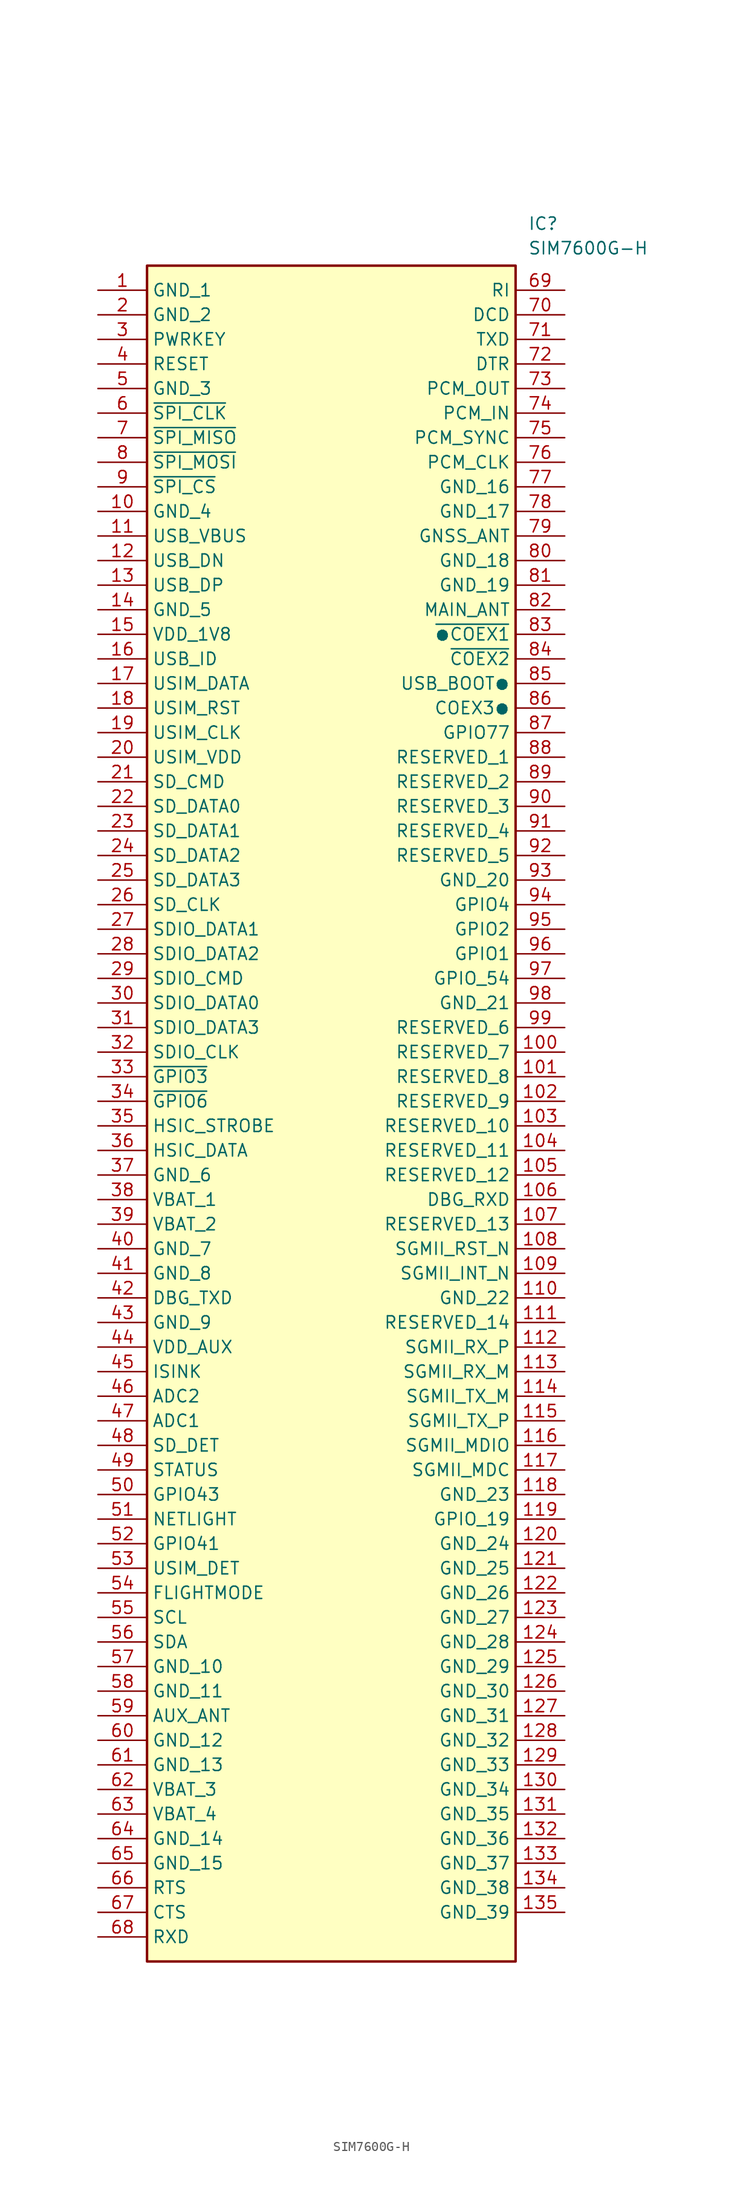
<source format=kicad_sym>
(kicad_symbol_lib
  (version 20211014)
  (generator SamacSys_ECAD_Model)
  (symbol "SIM7600G-H"
    (property "Reference" "IC"
      (at 44.45 7.62 0)
      (effects (font (size 1.27 1.27)) (justify left top)))
    (property "Value" "SIM7600G-H"
      (at 44.45 5.08 0)
      (effects (font (size 1.27 1.27)) (justify left top)))
    (rectangle
      (start 5.08 2.54)
      (end 43.18 -172.72)
      (stroke (width 0.254) (type default))
      (fill (type background)))
    (pin passive line
      (at 0 0 0)
      (length 5.08)
      (name "GND_1" (effects (font (size 1.27 1.27))))
      (number "1" (effects (font (size 1.27 1.27)))))
    (pin passive line
      (at 0 -2.54 0)
      (length 5.08)
      (name "GND_2" (effects (font (size 1.27 1.27))))
      (number "2" (effects (font (size 1.27 1.27)))))
    (pin passive line
      (at 0 -5.08 0)
      (length 5.08)
      (name "PWRKEY" (effects (font (size 1.27 1.27))))
      (number "3" (effects (font (size 1.27 1.27)))))
    (pin passive line
      (at 0 -7.62 0)
      (length 5.08)
      (name "RESET" (effects (font (size 1.27 1.27))))
      (number "4" (effects (font (size 1.27 1.27)))))
    (pin passive line
      (at 0 -10.16 0)
      (length 5.08)
      (name "GND_3" (effects (font (size 1.27 1.27))))
      (number "5" (effects (font (size 1.27 1.27)))))
    (pin passive line
      (at 0 -12.7 0)
      (length 5.08)
      (name "~{SPI_CLK}" (effects (font (size 1.27 1.27))))
      (number "6" (effects (font (size 1.27 1.27)))))
    (pin passive line
      (at 0 -15.24 0)
      (length 5.08)
      (name "~{SPI_MISO}" (effects (font (size 1.27 1.27))))
      (number "7" (effects (font (size 1.27 1.27)))))
    (pin passive line
      (at 0 -17.78 0)
      (length 5.08)
      (name "~{SPI_MOSI}" (effects (font (size 1.27 1.27))))
      (number "8" (effects (font (size 1.27 1.27)))))
    (pin passive line
      (at 0 -20.32 0)
      (length 5.08)
      (name "~{SPI_CS}" (effects (font (size 1.27 1.27))))
      (number "9" (effects (font (size 1.27 1.27)))))
    (pin passive line
      (at 0 -22.86 0)
      (length 5.08)
      (name "GND_4" (effects (font (size 1.27 1.27))))
      (number "10" (effects (font (size 1.27 1.27)))))
    (pin passive line
      (at 0 -25.4 0)
      (length 5.08)
      (name "USB_VBUS" (effects (font (size 1.27 1.27))))
      (number "11" (effects (font (size 1.27 1.27)))))
    (pin passive line
      (at 0 -27.94 0)
      (length 5.08)
      (name "USB_DN" (effects (font (size 1.27 1.27))))
      (number "12" (effects (font (size 1.27 1.27)))))
    (pin passive line
      (at 0 -30.48 0)
      (length 5.08)
      (name "USB_DP" (effects (font (size 1.27 1.27))))
      (number "13" (effects (font (size 1.27 1.27)))))
    (pin passive line
      (at 0 -33.02 0)
      (length 5.08)
      (name "GND_5" (effects (font (size 1.27 1.27))))
      (number "14" (effects (font (size 1.27 1.27)))))
    (pin passive line
      (at 0 -35.56 0)
      (length 5.08)
      (name "VDD_1V8" (effects (font (size 1.27 1.27))))
      (number "15" (effects (font (size 1.27 1.27)))))
    (pin passive line
      (at 0 -38.1 0)
      (length 5.08)
      (name "USB_ID" (effects (font (size 1.27 1.27))))
      (number "16" (effects (font (size 1.27 1.27)))))
    (pin passive line
      (at 0 -40.64 0)
      (length 5.08)
      (name "USIM_DATA" (effects (font (size 1.27 1.27))))
      (number "17" (effects (font (size 1.27 1.27)))))
    (pin passive line
      (at 0 -43.18 0)
      (length 5.08)
      (name "USIM_RST" (effects (font (size 1.27 1.27))))
      (number "18" (effects (font (size 1.27 1.27)))))
    (pin passive line
      (at 0 -45.72 0)
      (length 5.08)
      (name "USIM_CLK" (effects (font (size 1.27 1.27))))
      (number "19" (effects (font (size 1.27 1.27)))))
    (pin passive line
      (at 0 -48.26 0)
      (length 5.08)
      (name "USIM_VDD" (effects (font (size 1.27 1.27))))
      (number "20" (effects (font (size 1.27 1.27)))))
    (pin passive line
      (at 0 -50.8 0)
      (length 5.08)
      (name "SD_CMD" (effects (font (size 1.27 1.27))))
      (number "21" (effects (font (size 1.27 1.27)))))
    (pin passive line
      (at 0 -53.34 0)
      (length 5.08)
      (name "SD_DATA0" (effects (font (size 1.27 1.27))))
      (number "22" (effects (font (size 1.27 1.27)))))
    (pin passive line
      (at 0 -55.88 0)
      (length 5.08)
      (name "SD_DATA1" (effects (font (size 1.27 1.27))))
      (number "23" (effects (font (size 1.27 1.27)))))
    (pin passive line
      (at 0 -58.42 0)
      (length 5.08)
      (name "SD_DATA2" (effects (font (size 1.27 1.27))))
      (number "24" (effects (font (size 1.27 1.27)))))
    (pin passive line
      (at 0 -60.96 0)
      (length 5.08)
      (name "SD_DATA3" (effects (font (size 1.27 1.27))))
      (number "25" (effects (font (size 1.27 1.27)))))
    (pin passive line
      (at 0 -63.5 0)
      (length 5.08)
      (name "SD_CLK" (effects (font (size 1.27 1.27))))
      (number "26" (effects (font (size 1.27 1.27)))))
    (pin passive line
      (at 0 -66.04 0)
      (length 5.08)
      (name "SDIO_DATA1" (effects (font (size 1.27 1.27))))
      (number "27" (effects (font (size 1.27 1.27)))))
    (pin passive line
      (at 0 -68.58 0)
      (length 5.08)
      (name "SDIO_DATA2" (effects (font (size 1.27 1.27))))
      (number "28" (effects (font (size 1.27 1.27)))))
    (pin passive line
      (at 0 -71.12 0)
      (length 5.08)
      (name "SDIO_CMD" (effects (font (size 1.27 1.27))))
      (number "29" (effects (font (size 1.27 1.27)))))
    (pin passive line
      (at 0 -73.66 0)
      (length 5.08)
      (name "SDIO_DATA0" (effects (font (size 1.27 1.27))))
      (number "30" (effects (font (size 1.27 1.27)))))
    (pin passive line
      (at 0 -76.2 0)
      (length 5.08)
      (name "SDIO_DATA3" (effects (font (size 1.27 1.27))))
      (number "31" (effects (font (size 1.27 1.27)))))
    (pin passive line
      (at 0 -78.74 0)
      (length 5.08)
      (name "SDIO_CLK" (effects (font (size 1.27 1.27))))
      (number "32" (effects (font (size 1.27 1.27)))))
    (pin passive line
      (at 0 -81.28 0)
      (length 5.08)
      (name "~{GPIO3}" (effects (font (size 1.27 1.27))))
      (number "33" (effects (font (size 1.27 1.27)))))
    (pin passive line
      (at 0 -83.82 0)
      (length 5.08)
      (name "~{GPIO6}" (effects (font (size 1.27 1.27))))
      (number "34" (effects (font (size 1.27 1.27)))))
    (pin passive line
      (at 0 -86.36 0)
      (length 5.08)
      (name "HSIC_STROBE" (effects (font (size 1.27 1.27))))
      (number "35" (effects (font (size 1.27 1.27)))))
    (pin passive line
      (at 0 -88.9 0)
      (length 5.08)
      (name "HSIC_DATA" (effects (font (size 1.27 1.27))))
      (number "36" (effects (font (size 1.27 1.27)))))
    (pin passive line
      (at 0 -91.44 0)
      (length 5.08)
      (name "GND_6" (effects (font (size 1.27 1.27))))
      (number "37" (effects (font (size 1.27 1.27)))))
    (pin passive line
      (at 0 -93.98 0)
      (length 5.08)
      (name "VBAT_1" (effects (font (size 1.27 1.27))))
      (number "38" (effects (font (size 1.27 1.27)))))
    (pin passive line
      (at 0 -96.52 0)
      (length 5.08)
      (name "VBAT_2" (effects (font (size 1.27 1.27))))
      (number "39" (effects (font (size 1.27 1.27)))))
    (pin passive line
      (at 0 -99.06 0)
      (length 5.08)
      (name "GND_7" (effects (font (size 1.27 1.27))))
      (number "40" (effects (font (size 1.27 1.27)))))
    (pin passive line
      (at 0 -101.6 0)
      (length 5.08)
      (name "GND_8" (effects (font (size 1.27 1.27))))
      (number "41" (effects (font (size 1.27 1.27)))))
    (pin passive line
      (at 0 -104.14 0)
      (length 5.08)
      (name "DBG_TXD" (effects (font (size 1.27 1.27))))
      (number "42" (effects (font (size 1.27 1.27)))))
    (pin passive line
      (at 0 -106.68 0)
      (length 5.08)
      (name "GND_9" (effects (font (size 1.27 1.27))))
      (number "43" (effects (font (size 1.27 1.27)))))
    (pin passive line
      (at 0 -109.22 0)
      (length 5.08)
      (name "VDD_AUX" (effects (font (size 1.27 1.27))))
      (number "44" (effects (font (size 1.27 1.27)))))
    (pin passive line
      (at 0 -111.76 0)
      (length 5.08)
      (name "ISINK" (effects (font (size 1.27 1.27))))
      (number "45" (effects (font (size 1.27 1.27)))))
    (pin passive line
      (at 0 -114.3 0)
      (length 5.08)
      (name "ADC2" (effects (font (size 1.27 1.27))))
      (number "46" (effects (font (size 1.27 1.27)))))
    (pin passive line
      (at 0 -116.84 0)
      (length 5.08)
      (name "ADC1" (effects (font (size 1.27 1.27))))
      (number "47" (effects (font (size 1.27 1.27)))))
    (pin passive line
      (at 0 -119.38 0)
      (length 5.08)
      (name "SD_DET" (effects (font (size 1.27 1.27))))
      (number "48" (effects (font (size 1.27 1.27)))))
    (pin passive line
      (at 0 -121.92 0)
      (length 5.08)
      (name "STATUS" (effects (font (size 1.27 1.27))))
      (number "49" (effects (font (size 1.27 1.27)))))
    (pin passive line
      (at 0 -124.46 0)
      (length 5.08)
      (name "GPIO43" (effects (font (size 1.27 1.27))))
      (number "50" (effects (font (size 1.27 1.27)))))
    (pin passive line
      (at 0 -127 0)
      (length 5.08)
      (name "NETLIGHT" (effects (font (size 1.27 1.27))))
      (number "51" (effects (font (size 1.27 1.27)))))
    (pin passive line
      (at 0 -129.54 0)
      (length 5.08)
      (name "GPIO41~{}" (effects (font (size 1.27 1.27))))
      (number "52" (effects (font (size 1.27 1.27)))))
    (pin passive line
      (at 0 -132.08 0)
      (length 5.08)
      (name "USIM_DET~{}" (effects (font (size 1.27 1.27))))
      (number "53" (effects (font (size 1.27 1.27)))))
    (pin passive line
      (at 0 -134.62 0)
      (length 5.08)
      (name "FLIGHTMODE~{}" (effects (font (size 1.27 1.27))))
      (number "54" (effects (font (size 1.27 1.27)))))
    (pin passive line
      (at 0 -137.16 0)
      (length 5.08)
      (name "SCL" (effects (font (size 1.27 1.27))))
      (number "55" (effects (font (size 1.27 1.27)))))
    (pin passive line
      (at 0 -139.7 0)
      (length 5.08)
      (name "SDA" (effects (font (size 1.27 1.27))))
      (number "56" (effects (font (size 1.27 1.27)))))
    (pin passive line
      (at 0 -142.24 0)
      (length 5.08)
      (name "GND_10" (effects (font (size 1.27 1.27))))
      (number "57" (effects (font (size 1.27 1.27)))))
    (pin passive line
      (at 0 -144.78 0)
      (length 5.08)
      (name "GND_11" (effects (font (size 1.27 1.27))))
      (number "58" (effects (font (size 1.27 1.27)))))
    (pin passive line
      (at 0 -147.32 0)
      (length 5.08)
      (name "AUX_ANT" (effects (font (size 1.27 1.27))))
      (number "59" (effects (font (size 1.27 1.27)))))
    (pin passive line
      (at 0 -149.86 0)
      (length 5.08)
      (name "GND_12" (effects (font (size 1.27 1.27))))
      (number "60" (effects (font (size 1.27 1.27)))))
    (pin passive line
      (at 0 -152.4 0)
      (length 5.08)
      (name "GND_13" (effects (font (size 1.27 1.27))))
      (number "61" (effects (font (size 1.27 1.27)))))
    (pin passive line
      (at 0 -154.94 0)
      (length 5.08)
      (name "VBAT_3" (effects (font (size 1.27 1.27))))
      (number "62" (effects (font (size 1.27 1.27)))))
    (pin passive line
      (at 0 -157.48 0)
      (length 5.08)
      (name "VBAT_4" (effects (font (size 1.27 1.27))))
      (number "63" (effects (font (size 1.27 1.27)))))
    (pin passive line
      (at 0 -160.02 0)
      (length 5.08)
      (name "GND_14" (effects (font (size 1.27 1.27))))
      (number "64" (effects (font (size 1.27 1.27)))))
    (pin passive line
      (at 0 -162.56 0)
      (length 5.08)
      (name "GND_15" (effects (font (size 1.27 1.27))))
      (number "65" (effects (font (size 1.27 1.27)))))
    (pin passive line
      (at 0 -165.1 0)
      (length 5.08)
      (name "RTS" (effects (font (size 1.27 1.27))))
      (number "66" (effects (font (size 1.27 1.27)))))
    (pin passive line
      (at 0 -167.64 0)
      (length 5.08)
      (name "CTS" (effects (font (size 1.27 1.27))))
      (number "67" (effects (font (size 1.27 1.27)))))
    (pin passive line
      (at 0 -170.18 0)
      (length 5.08)
      (name "RXD" (effects (font (size 1.27 1.27))))
      (number "68" (effects (font (size 1.27 1.27)))))
    (pin passive line
      (at 48.26 0 180)
      (length 5.08)
      (name "RI" (effects (font (size 1.27 1.27))))
      (number "69" (effects (font (size 1.27 1.27)))))
    (pin passive line
      (at 48.26 -2.54 180)
      (length 5.08)
      (name "DCD" (effects (font (size 1.27 1.27))))
      (number "70" (effects (font (size 1.27 1.27)))))
    (pin passive line
      (at 48.26 -5.08 180)
      (length 5.08)
      (name "TXD" (effects (font (size 1.27 1.27))))
      (number "71" (effects (font (size 1.27 1.27)))))
    (pin passive line
      (at 48.26 -7.62 180)
      (length 5.08)
      (name "DTR" (effects (font (size 1.27 1.27))))
      (number "72" (effects (font (size 1.27 1.27)))))
    (pin passive line
      (at 48.26 -10.16 180)
      (length 5.08)
      (name "PCM_OUT" (effects (font (size 1.27 1.27))))
      (number "73" (effects (font (size 1.27 1.27)))))
    (pin passive line
      (at 48.26 -12.7 180)
      (length 5.08)
      (name "PCM_IN" (effects (font (size 1.27 1.27))))
      (number "74" (effects (font (size 1.27 1.27)))))
    (pin passive line
      (at 48.26 -15.24 180)
      (length 5.08)
      (name "PCM_SYNC" (effects (font (size 1.27 1.27))))
      (number "75" (effects (font (size 1.27 1.27)))))
    (pin passive line
      (at 48.26 -17.78 180)
      (length 5.08)
      (name "PCM_CLK" (effects (font (size 1.27 1.27))))
      (number "76" (effects (font (size 1.27 1.27)))))
    (pin passive line
      (at 48.26 -20.32 180)
      (length 5.08)
      (name "GND_16" (effects (font (size 1.27 1.27))))
      (number "77" (effects (font (size 1.27 1.27)))))
    (pin passive line
      (at 48.26 -22.86 180)
      (length 5.08)
      (name "GND_17" (effects (font (size 1.27 1.27))))
      (number "78" (effects (font (size 1.27 1.27)))))
    (pin passive line
      (at 48.26 -25.4 180)
      (length 5.08)
      (name "GNSS_ANT" (effects (font (size 1.27 1.27))))
      (number "79" (effects (font (size 1.27 1.27)))))
    (pin passive line
      (at 48.26 -27.94 180)
      (length 5.08)
      (name "GND_18" (effects (font (size 1.27 1.27))))
      (number "80" (effects (font (size 1.27 1.27)))))
    (pin passive line
      (at 48.26 -30.48 180)
      (length 5.08)
      (name "GND_19" (effects (font (size 1.27 1.27))))
      (number "81" (effects (font (size 1.27 1.27)))))
    (pin passive line
      (at 48.26 -33.02 180)
      (length 5.08)
      (name "MAIN_ANT" (effects (font (size 1.27 1.27))))
      (number "82" (effects (font (size 1.27 1.27)))))
    (pin passive line
      (at 48.26 -35.56 180)
      (length 5.08)
      (name "~{●COEX1}" (effects (font (size 1.27 1.27))))
      (number "83" (effects (font (size 1.27 1.27)))))
    (pin passive line
      (at 48.26 -38.1 180)
      (length 5.08)
      (name "~{COEX2}" (effects (font (size 1.27 1.27))))
      (number "84" (effects (font (size 1.27 1.27)))))
    (pin passive line
      (at 48.26 -40.64 180)
      (length 5.08)
      (name "USB_BOOT●~{}" (effects (font (size 1.27 1.27))))
      (number "85" (effects (font (size 1.27 1.27)))))
    (pin passive line
      (at 48.26 -43.18 180)
      (length 5.08)
      (name "COEX3●~{}" (effects (font (size 1.27 1.27))))
      (number "86" (effects (font (size 1.27 1.27)))))
    (pin passive line
      (at 48.26 -45.72 180)
      (length 5.08)
      (name "GPIO77~{}" (effects (font (size 1.27 1.27))))
      (number "87" (effects (font (size 1.27 1.27)))))
    (pin passive line
      (at 48.26 -48.26 180)
      (length 5.08)
      (name "RESERVED_1" (effects (font (size 1.27 1.27))))
      (number "88" (effects (font (size 1.27 1.27)))))
    (pin passive line
      (at 48.26 -50.8 180)
      (length 5.08)
      (name "RESERVED_2" (effects (font (size 1.27 1.27))))
      (number "89" (effects (font (size 1.27 1.27)))))
    (pin passive line
      (at 48.26 -53.34 180)
      (length 5.08)
      (name "RESERVED_3" (effects (font (size 1.27 1.27))))
      (number "90" (effects (font (size 1.27 1.27)))))
    (pin passive line
      (at 48.26 -55.88 180)
      (length 5.08)
      (name "RESERVED_4" (effects (font (size 1.27 1.27))))
      (number "91" (effects (font (size 1.27 1.27)))))
    (pin passive line
      (at 48.26 -58.42 180)
      (length 5.08)
      (name "RESERVED_5" (effects (font (size 1.27 1.27))))
      (number "92" (effects (font (size 1.27 1.27)))))
    (pin passive line
      (at 48.26 -60.96 180)
      (length 5.08)
      (name "GND_20" (effects (font (size 1.27 1.27))))
      (number "93" (effects (font (size 1.27 1.27)))))
    (pin passive line
      (at 48.26 -63.5 180)
      (length 5.08)
      (name "GPIO4" (effects (font (size 1.27 1.27))))
      (number "94" (effects (font (size 1.27 1.27)))))
    (pin passive line
      (at 48.26 -66.04 180)
      (length 5.08)
      (name "GPIO2" (effects (font (size 1.27 1.27))))
      (number "95" (effects (font (size 1.27 1.27)))))
    (pin passive line
      (at 48.26 -68.58 180)
      (length 5.08)
      (name "GPIO1" (effects (font (size 1.27 1.27))))
      (number "96" (effects (font (size 1.27 1.27)))))
    (pin passive line
      (at 48.26 -71.12 180)
      (length 5.08)
      (name "GPIO_54" (effects (font (size 1.27 1.27))))
      (number "97" (effects (font (size 1.27 1.27)))))
    (pin passive line
      (at 48.26 -73.66 180)
      (length 5.08)
      (name "GND_21" (effects (font (size 1.27 1.27))))
      (number "98" (effects (font (size 1.27 1.27)))))
    (pin passive line
      (at 48.26 -76.2 180)
      (length 5.08)
      (name "RESERVED_6" (effects (font (size 1.27 1.27))))
      (number "99" (effects (font (size 1.27 1.27)))))
    (pin passive line
      (at 48.26 -78.74 180)
      (length 5.08)
      (name "RESERVED_7" (effects (font (size 1.27 1.27))))
      (number "100" (effects (font (size 1.27 1.27)))))
    (pin passive line
      (at 48.26 -81.28 180)
      (length 5.08)
      (name "RESERVED_8" (effects (font (size 1.27 1.27))))
      (number "101" (effects (font (size 1.27 1.27)))))
    (pin passive line
      (at 48.26 -83.82 180)
      (length 5.08)
      (name "RESERVED_9" (effects (font (size 1.27 1.27))))
      (number "102" (effects (font (size 1.27 1.27)))))
    (pin passive line
      (at 48.26 -86.36 180)
      (length 5.08)
      (name "RESERVED_10" (effects (font (size 1.27 1.27))))
      (number "103" (effects (font (size 1.27 1.27)))))
    (pin passive line
      (at 48.26 -88.9 180)
      (length 5.08)
      (name "RESERVED_11" (effects (font (size 1.27 1.27))))
      (number "104" (effects (font (size 1.27 1.27)))))
    (pin passive line
      (at 48.26 -91.44 180)
      (length 5.08)
      (name "RESERVED_12" (effects (font (size 1.27 1.27))))
      (number "105" (effects (font (size 1.27 1.27)))))
    (pin passive line
      (at 48.26 -93.98 180)
      (length 5.08)
      (name "DBG_RXD" (effects (font (size 1.27 1.27))))
      (number "106" (effects (font (size 1.27 1.27)))))
    (pin passive line
      (at 48.26 -96.52 180)
      (length 5.08)
      (name "RESERVED_13" (effects (font (size 1.27 1.27))))
      (number "107" (effects (font (size 1.27 1.27)))))
    (pin passive line
      (at 48.26 -99.06 180)
      (length 5.08)
      (name "SGMII_RST_N" (effects (font (size 1.27 1.27))))
      (number "108" (effects (font (size 1.27 1.27)))))
    (pin passive line
      (at 48.26 -101.6 180)
      (length 5.08)
      (name "SGMII_INT_N" (effects (font (size 1.27 1.27))))
      (number "109" (effects (font (size 1.27 1.27)))))
    (pin passive line
      (at 48.26 -104.14 180)
      (length 5.08)
      (name "GND_22" (effects (font (size 1.27 1.27))))
      (number "110" (effects (font (size 1.27 1.27)))))
    (pin passive line
      (at 48.26 -106.68 180)
      (length 5.08)
      (name "RESERVED_14" (effects (font (size 1.27 1.27))))
      (number "111" (effects (font (size 1.27 1.27)))))
    (pin passive line
      (at 48.26 -109.22 180)
      (length 5.08)
      (name "SGMII_RX_P" (effects (font (size 1.27 1.27))))
      (number "112" (effects (font (size 1.27 1.27)))))
    (pin passive line
      (at 48.26 -111.76 180)
      (length 5.08)
      (name "SGMII_RX_M" (effects (font (size 1.27 1.27))))
      (number "113" (effects (font (size 1.27 1.27)))))
    (pin passive line
      (at 48.26 -114.3 180)
      (length 5.08)
      (name "SGMII_TX_M" (effects (font (size 1.27 1.27))))
      (number "114" (effects (font (size 1.27 1.27)))))
    (pin passive line
      (at 48.26 -116.84 180)
      (length 5.08)
      (name "SGMII_TX_P" (effects (font (size 1.27 1.27))))
      (number "115" (effects (font (size 1.27 1.27)))))
    (pin passive line
      (at 48.26 -119.38 180)
      (length 5.08)
      (name "SGMII_MDIO" (effects (font (size 1.27 1.27))))
      (number "116" (effects (font (size 1.27 1.27)))))
    (pin passive line
      (at 48.26 -121.92 180)
      (length 5.08)
      (name "SGMII_MDC" (effects (font (size 1.27 1.27))))
      (number "117" (effects (font (size 1.27 1.27)))))
    (pin passive line
      (at 48.26 -124.46 180)
      (length 5.08)
      (name "GND_23" (effects (font (size 1.27 1.27))))
      (number "118" (effects (font (size 1.27 1.27)))))
    (pin passive line
      (at 48.26 -127 180)
      (length 5.08)
      (name "GPIO_19" (effects (font (size 1.27 1.27))))
      (number "119" (effects (font (size 1.27 1.27)))))
    (pin passive line
      (at 48.26 -129.54 180)
      (length 5.08)
      (name "GND_24" (effects (font (size 1.27 1.27))))
      (number "120" (effects (font (size 1.27 1.27)))))
    (pin passive line
      (at 48.26 -132.08 180)
      (length 5.08)
      (name "GND_25" (effects (font (size 1.27 1.27))))
      (number "121" (effects (font (size 1.27 1.27)))))
    (pin passive line
      (at 48.26 -134.62 180)
      (length 5.08)
      (name "GND_26" (effects (font (size 1.27 1.27))))
      (number "122" (effects (font (size 1.27 1.27)))))
    (pin passive line
      (at 48.26 -137.16 180)
      (length 5.08)
      (name "GND_27" (effects (font (size 1.27 1.27))))
      (number "123" (effects (font (size 1.27 1.27)))))
    (pin passive line
      (at 48.26 -139.7 180)
      (length 5.08)
      (name "GND_28" (effects (font (size 1.27 1.27))))
      (number "124" (effects (font (size 1.27 1.27)))))
    (pin passive line
      (at 48.26 -142.24 180)
      (length 5.08)
      (name "GND_29" (effects (font (size 1.27 1.27))))
      (number "125" (effects (font (size 1.27 1.27)))))
    (pin passive line
      (at 48.26 -144.78 180)
      (length 5.08)
      (name "GND_30" (effects (font (size 1.27 1.27))))
      (number "126" (effects (font (size 1.27 1.27)))))
    (pin passive line
      (at 48.26 -147.32 180)
      (length 5.08)
      (name "GND_31" (effects (font (size 1.27 1.27))))
      (number "127" (effects (font (size 1.27 1.27)))))
    (pin passive line
      (at 48.26 -149.86 180)
      (length 5.08)
      (name "GND_32" (effects (font (size 1.27 1.27))))
      (number "128" (effects (font (size 1.27 1.27)))))
    (pin passive line
      (at 48.26 -152.4 180)
      (length 5.08)
      (name "GND_33" (effects (font (size 1.27 1.27))))
      (number "129" (effects (font (size 1.27 1.27)))))
    (pin passive line
      (at 48.26 -154.94 180)
      (length 5.08)
      (name "GND_34" (effects (font (size 1.27 1.27))))
      (number "130" (effects (font (size 1.27 1.27)))))
    (pin passive line
      (at 48.26 -157.48 180)
      (length 5.08)
      (name "GND_35" (effects (font (size 1.27 1.27))))
      (number "131" (effects (font (size 1.27 1.27)))))
    (pin passive line
      (at 48.26 -160.02 180)
      (length 5.08)
      (name "GND_36" (effects (font (size 1.27 1.27))))
      (number "132" (effects (font (size 1.27 1.27)))))
    (pin passive line
      (at 48.26 -162.56 180)
      (length 5.08)
      (name "GND_37" (effects (font (size 1.27 1.27))))
      (number "133" (effects (font (size 1.27 1.27)))))
    (pin passive line
      (at 48.26 -165.1 180)
      (length 5.08)
      (name "GND_38" (effects (font (size 1.27 1.27))))
      (number "134" (effects (font (size 1.27 1.27)))))
    (pin passive line
      (at 48.26 -167.64 180)
      (length 5.08)
      (name "GND_39" (effects (font (size 1.27 1.27))))
      (number "135" (effects (font (size 1.27 1.27)))))))
</source>
